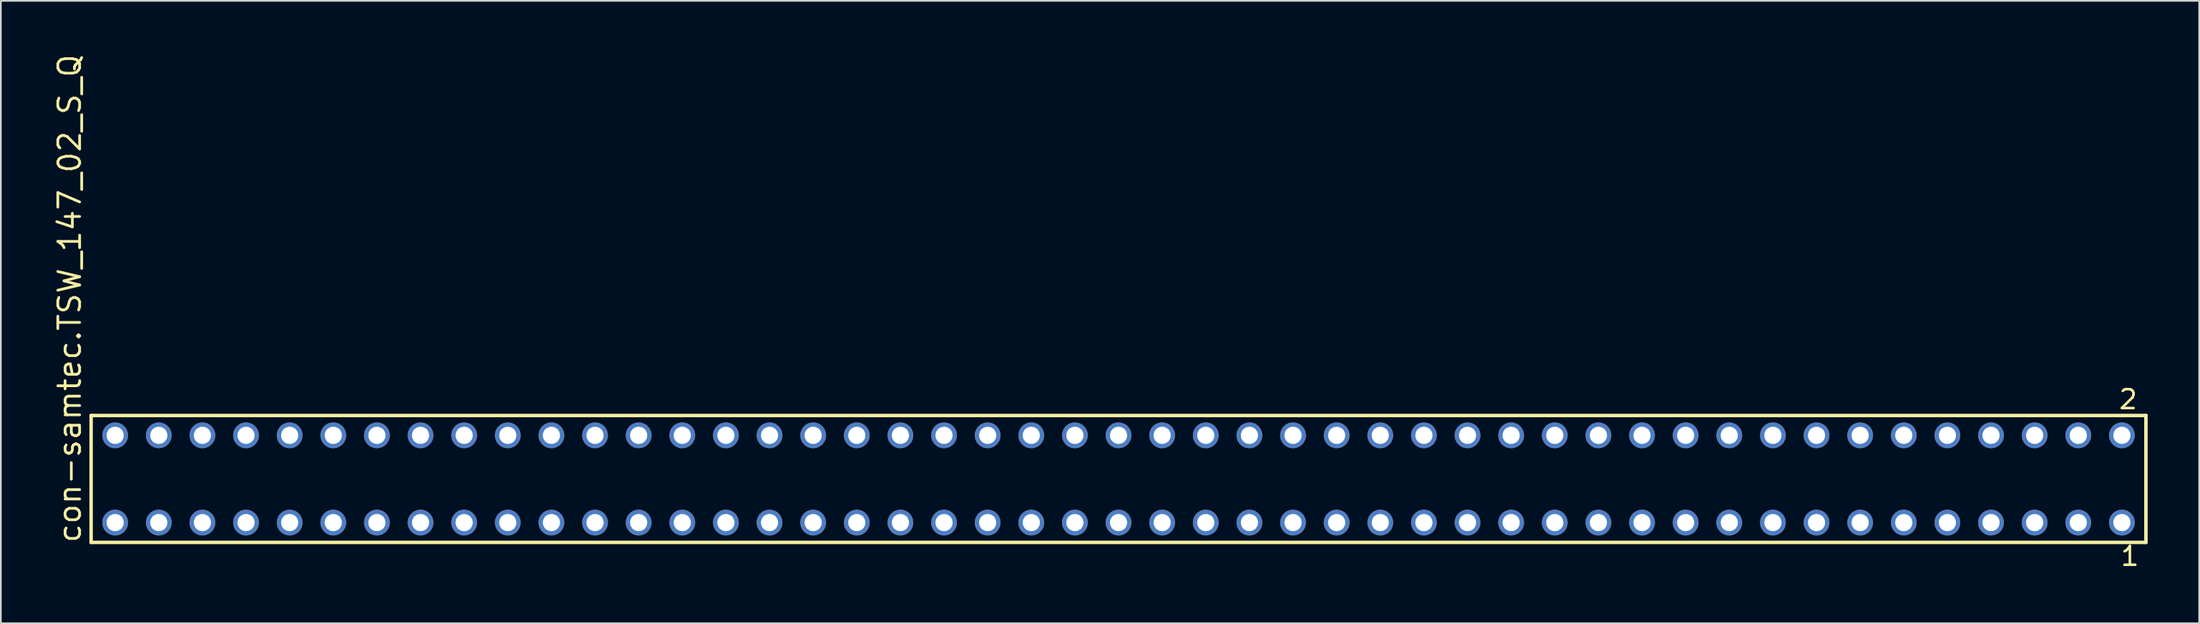
<source format=kicad_pcb>
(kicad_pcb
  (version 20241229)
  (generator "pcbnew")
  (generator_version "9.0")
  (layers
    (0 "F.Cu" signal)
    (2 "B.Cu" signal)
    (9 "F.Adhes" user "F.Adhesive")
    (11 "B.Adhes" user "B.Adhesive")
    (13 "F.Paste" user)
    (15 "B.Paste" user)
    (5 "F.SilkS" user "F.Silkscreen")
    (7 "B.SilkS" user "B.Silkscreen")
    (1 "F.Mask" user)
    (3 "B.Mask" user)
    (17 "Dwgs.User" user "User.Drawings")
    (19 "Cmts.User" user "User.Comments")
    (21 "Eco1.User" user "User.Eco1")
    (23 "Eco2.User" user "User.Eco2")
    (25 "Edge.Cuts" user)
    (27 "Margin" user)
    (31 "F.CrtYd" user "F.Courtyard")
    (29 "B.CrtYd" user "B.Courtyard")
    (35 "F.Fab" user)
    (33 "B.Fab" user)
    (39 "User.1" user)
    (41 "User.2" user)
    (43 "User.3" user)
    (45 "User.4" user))
  (footprint "con-samtec.TSW_147_02_S_Q"
    (layer "F.Cu")
    (at 62.075 24.84)
    (property "Reference" "con-samtec.TSW_147_02_S_Q" (at -60.325 3.81 90) (layer "F.SilkS") (effects (font (size 1.27 1.27) (thickness 0.16)) (justify left bottom)))
    (attr through_hole)
    (fp_line (start -59.819 -3.695) (end 59.819 -3.695) (stroke (width 0.203) (type default)) (layer "F.SilkS"))
    (fp_line (start -59.819 3.695) (end -59.819 -3.695) (stroke (width 0.203) (type default)) (layer "F.SilkS"))
    (fp_line (start 59.819 -3.695) (end 59.819 3.695) (stroke (width 0.203) (type default)) (layer "F.SilkS"))
    (fp_line (start 59.819 3.695) (end -59.819 3.695) (stroke (width 0.203) (type default)) (layer "F.SilkS"))
    (fp_rect (start -58.77 -2.19) (end -58.07 -2.89) (stroke (width 0.05) (type default)) (fill no) (layer "F.Fab"))
    (fp_rect (start -58.77 2.89) (end -58.07 2.19) (stroke (width 0.05) (type default)) (fill no) (layer "F.Fab"))
    (fp_rect (start -56.23 -2.19) (end -55.53 -2.89) (stroke (width 0.05) (type default)) (fill no) (layer "F.Fab"))
    (fp_rect (start -56.23 2.89) (end -55.53 2.19) (stroke (width 0.05) (type default)) (fill no) (layer "F.Fab"))
    (fp_rect (start -53.69 -2.19) (end -52.99 -2.89) (stroke (width 0.05) (type default)) (fill no) (layer "F.Fab"))
    (fp_rect (start -53.69 2.89) (end -52.99 2.19) (stroke (width 0.05) (type default)) (fill no) (layer "F.Fab"))
    (fp_rect (start -51.15 -2.19) (end -50.45 -2.89) (stroke (width 0.05) (type default)) (fill no) (layer "F.Fab"))
    (fp_rect (start -51.15 2.89) (end -50.45 2.19) (stroke (width 0.05) (type default)) (fill no) (layer "F.Fab"))
    (fp_rect (start -48.61 -2.19) (end -47.91 -2.89) (stroke (width 0.05) (type default)) (fill no) (layer "F.Fab"))
    (fp_rect (start -48.61 2.89) (end -47.91 2.19) (stroke (width 0.05) (type default)) (fill no) (layer "F.Fab"))
    (fp_rect (start -46.07 -2.19) (end -45.37 -2.89) (stroke (width 0.05) (type default)) (fill no) (layer "F.Fab"))
    (fp_rect (start -46.07 2.89) (end -45.37 2.19) (stroke (width 0.05) (type default)) (fill no) (layer "F.Fab"))
    (fp_rect (start -43.53 -2.19) (end -42.83 -2.89) (stroke (width 0.05) (type default)) (fill no) (layer "F.Fab"))
    (fp_rect (start -43.53 2.89) (end -42.83 2.19) (stroke (width 0.05) (type default)) (fill no) (layer "F.Fab"))
    (fp_rect (start -40.99 -2.19) (end -40.29 -2.89) (stroke (width 0.05) (type default)) (fill no) (layer "F.Fab"))
    (fp_rect (start -40.99 2.89) (end -40.29 2.19) (stroke (width 0.05) (type default)) (fill no) (layer "F.Fab"))
    (fp_rect (start -38.45 -2.19) (end -37.75 -2.89) (stroke (width 0.05) (type default)) (fill no) (layer "F.Fab"))
    (fp_rect (start -38.45 2.89) (end -37.75 2.19) (stroke (width 0.05) (type default)) (fill no) (layer "F.Fab"))
    (fp_rect (start -35.91 -2.19) (end -35.21 -2.89) (stroke (width 0.05) (type default)) (fill no) (layer "F.Fab"))
    (fp_rect (start -35.91 2.89) (end -35.21 2.19) (stroke (width 0.05) (type default)) (fill no) (layer "F.Fab"))
    (fp_rect (start -33.37 -2.19) (end -32.67 -2.89) (stroke (width 0.05) (type default)) (fill no) (layer "F.Fab"))
    (fp_rect (start -33.37 2.89) (end -32.67 2.19) (stroke (width 0.05) (type default)) (fill no) (layer "F.Fab"))
    (fp_rect (start -30.83 -2.19) (end -30.13 -2.89) (stroke (width 0.05) (type default)) (fill no) (layer "F.Fab"))
    (fp_rect (start -30.83 2.89) (end -30.13 2.19) (stroke (width 0.05) (type default)) (fill no) (layer "F.Fab"))
    (fp_rect (start -28.29 -2.19) (end -27.59 -2.89) (stroke (width 0.05) (type default)) (fill no) (layer "F.Fab"))
    (fp_rect (start -28.29 2.89) (end -27.59 2.19) (stroke (width 0.05) (type default)) (fill no) (layer "F.Fab"))
    (fp_rect (start -25.75 -2.19) (end -25.05 -2.89) (stroke (width 0.05) (type default)) (fill no) (layer "F.Fab"))
    (fp_rect (start -25.75 2.89) (end -25.05 2.19) (stroke (width 0.05) (type default)) (fill no) (layer "F.Fab"))
    (fp_rect (start -23.21 -2.19) (end -22.51 -2.89) (stroke (width 0.05) (type default)) (fill no) (layer "F.Fab"))
    (fp_rect (start -23.21 2.89) (end -22.51 2.19) (stroke (width 0.05) (type default)) (fill no) (layer "F.Fab"))
    (fp_rect (start -20.67 -2.19) (end -19.97 -2.89) (stroke (width 0.05) (type default)) (fill no) (layer "F.Fab"))
    (fp_rect (start -20.67 2.89) (end -19.97 2.19) (stroke (width 0.05) (type default)) (fill no) (layer "F.Fab"))
    (fp_rect (start -18.13 -2.19) (end -17.43 -2.89) (stroke (width 0.05) (type default)) (fill no) (layer "F.Fab"))
    (fp_rect (start -18.13 2.89) (end -17.43 2.19) (stroke (width 0.05) (type default)) (fill no) (layer "F.Fab"))
    (fp_rect (start -15.59 -2.19) (end -14.89 -2.89) (stroke (width 0.05) (type default)) (fill no) (layer "F.Fab"))
    (fp_rect (start -15.59 2.89) (end -14.89 2.19) (stroke (width 0.05) (type default)) (fill no) (layer "F.Fab"))
    (fp_rect (start -13.05 -2.19) (end -12.35 -2.89) (stroke (width 0.05) (type default)) (fill no) (layer "F.Fab"))
    (fp_rect (start -13.05 2.89) (end -12.35 2.19) (stroke (width 0.05) (type default)) (fill no) (layer "F.Fab"))
    (fp_rect (start -10.51 -2.19) (end -9.81 -2.89) (stroke (width 0.05) (type default)) (fill no) (layer "F.Fab"))
    (fp_rect (start -10.51 2.89) (end -9.81 2.19) (stroke (width 0.05) (type default)) (fill no) (layer "F.Fab"))
    (fp_rect (start -7.97 -2.19) (end -7.27 -2.89) (stroke (width 0.05) (type default)) (fill no) (layer "F.Fab"))
    (fp_rect (start -7.97 2.89) (end -7.27 2.19) (stroke (width 0.05) (type default)) (fill no) (layer "F.Fab"))
    (fp_rect (start -5.43 -2.19) (end -4.73 -2.89) (stroke (width 0.05) (type default)) (fill no) (layer "F.Fab"))
    (fp_rect (start -5.43 2.89) (end -4.73 2.19) (stroke (width 0.05) (type default)) (fill no) (layer "F.Fab"))
    (fp_rect (start -2.89 -2.19) (end -2.19 -2.89) (stroke (width 0.05) (type default)) (fill no) (layer "F.Fab"))
    (fp_rect (start -2.89 2.89) (end -2.19 2.19) (stroke (width 0.05) (type default)) (fill no) (layer "F.Fab"))
    (fp_rect (start -0.35 -2.19) (end 0.35 -2.89) (stroke (width 0.05) (type default)) (fill no) (layer "F.Fab"))
    (fp_rect (start -0.35 2.89) (end 0.35 2.19) (stroke (width 0.05) (type default)) (fill no) (layer "F.Fab"))
    (fp_rect (start 2.19 -2.19) (end 2.89 -2.89) (stroke (width 0.05) (type default)) (fill no) (layer "F.Fab"))
    (fp_rect (start 2.19 2.89) (end 2.89 2.19) (stroke (width 0.05) (type default)) (fill no) (layer "F.Fab"))
    (fp_rect (start 4.73 -2.19) (end 5.43 -2.89) (stroke (width 0.05) (type default)) (fill no) (layer "F.Fab"))
    (fp_rect (start 4.73 2.89) (end 5.43 2.19) (stroke (width 0.05) (type default)) (fill no) (layer "F.Fab"))
    (fp_rect (start 7.27 -2.19) (end 7.97 -2.89) (stroke (width 0.05) (type default)) (fill no) (layer "F.Fab"))
    (fp_rect (start 7.27 2.89) (end 7.97 2.19) (stroke (width 0.05) (type default)) (fill no) (layer "F.Fab"))
    (fp_rect (start 9.81 -2.19) (end 10.51 -2.89) (stroke (width 0.05) (type default)) (fill no) (layer "F.Fab"))
    (fp_rect (start 9.81 2.89) (end 10.51 2.19) (stroke (width 0.05) (type default)) (fill no) (layer "F.Fab"))
    (fp_rect (start 12.35 -2.19) (end 13.05 -2.89) (stroke (width 0.05) (type default)) (fill no) (layer "F.Fab"))
    (fp_rect (start 12.35 2.89) (end 13.05 2.19) (stroke (width 0.05) (type default)) (fill no) (layer "F.Fab"))
    (fp_rect (start 14.89 -2.19) (end 15.59 -2.89) (stroke (width 0.05) (type default)) (fill no) (layer "F.Fab"))
    (fp_rect (start 14.89 2.89) (end 15.59 2.19) (stroke (width 0.05) (type default)) (fill no) (layer "F.Fab"))
    (fp_rect (start 17.43 -2.19) (end 18.13 -2.89) (stroke (width 0.05) (type default)) (fill no) (layer "F.Fab"))
    (fp_rect (start 17.43 2.89) (end 18.13 2.19) (stroke (width 0.05) (type default)) (fill no) (layer "F.Fab"))
    (fp_rect (start 19.97 -2.19) (end 20.67 -2.89) (stroke (width 0.05) (type default)) (fill no) (layer "F.Fab"))
    (fp_rect (start 19.97 2.89) (end 20.67 2.19) (stroke (width 0.05) (type default)) (fill no) (layer "F.Fab"))
    (fp_rect (start 22.51 -2.19) (end 23.21 -2.89) (stroke (width 0.05) (type default)) (fill no) (layer "F.Fab"))
    (fp_rect (start 22.51 2.89) (end 23.21 2.19) (stroke (width 0.05) (type default)) (fill no) (layer "F.Fab"))
    (fp_rect (start 25.05 -2.19) (end 25.75 -2.89) (stroke (width 0.05) (type default)) (fill no) (layer "F.Fab"))
    (fp_rect (start 25.05 2.89) (end 25.75 2.19) (stroke (width 0.05) (type default)) (fill no) (layer "F.Fab"))
    (fp_rect (start 27.59 -2.19) (end 28.29 -2.89) (stroke (width 0.05) (type default)) (fill no) (layer "F.Fab"))
    (fp_rect (start 27.59 2.89) (end 28.29 2.19) (stroke (width 0.05) (type default)) (fill no) (layer "F.Fab"))
    (fp_rect (start 30.13 -2.19) (end 30.83 -2.89) (stroke (width 0.05) (type default)) (fill no) (layer "F.Fab"))
    (fp_rect (start 30.13 2.89) (end 30.83 2.19) (stroke (width 0.05) (type default)) (fill no) (layer "F.Fab"))
    (fp_rect (start 32.67 -2.19) (end 33.37 -2.89) (stroke (width 0.05) (type default)) (fill no) (layer "F.Fab"))
    (fp_rect (start 32.67 2.89) (end 33.37 2.19) (stroke (width 0.05) (type default)) (fill no) (layer "F.Fab"))
    (fp_rect (start 35.21 -2.19) (end 35.91 -2.89) (stroke (width 0.05) (type default)) (fill no) (layer "F.Fab"))
    (fp_rect (start 35.21 2.89) (end 35.91 2.19) (stroke (width 0.05) (type default)) (fill no) (layer "F.Fab"))
    (fp_rect (start 37.75 -2.19) (end 38.45 -2.89) (stroke (width 0.05) (type default)) (fill no) (layer "F.Fab"))
    (fp_rect (start 37.75 2.89) (end 38.45 2.19) (stroke (width 0.05) (type default)) (fill no) (layer "F.Fab"))
    (fp_rect (start 40.29 -2.19) (end 40.99 -2.89) (stroke (width 0.05) (type default)) (fill no) (layer "F.Fab"))
    (fp_rect (start 40.29 2.89) (end 40.99 2.19) (stroke (width 0.05) (type default)) (fill no) (layer "F.Fab"))
    (fp_rect (start 42.83 -2.19) (end 43.53 -2.89) (stroke (width 0.05) (type default)) (fill no) (layer "F.Fab"))
    (fp_rect (start 42.83 2.89) (end 43.53 2.19) (stroke (width 0.05) (type default)) (fill no) (layer "F.Fab"))
    (fp_rect (start 45.37 -2.19) (end 46.07 -2.89) (stroke (width 0.05) (type default)) (fill no) (layer "F.Fab"))
    (fp_rect (start 45.37 2.89) (end 46.07 2.19) (stroke (width 0.05) (type default)) (fill no) (layer "F.Fab"))
    (fp_rect (start 47.91 -2.19) (end 48.61 -2.89) (stroke (width 0.05) (type default)) (fill no) (layer "F.Fab"))
    (fp_rect (start 47.91 2.89) (end 48.61 2.19) (stroke (width 0.05) (type default)) (fill no) (layer "F.Fab"))
    (fp_rect (start 50.45 -2.19) (end 51.15 -2.89) (stroke (width 0.05) (type default)) (fill no) (layer "F.Fab"))
    (fp_rect (start 50.45 2.89) (end 51.15 2.19) (stroke (width 0.05) (type default)) (fill no) (layer "F.Fab"))
    (fp_rect (start 52.99 -2.19) (end 53.69 -2.89) (stroke (width 0.05) (type default)) (fill no) (layer "F.Fab"))
    (fp_rect (start 52.99 2.89) (end 53.69 2.19) (stroke (width 0.05) (type default)) (fill no) (layer "F.Fab"))
    (fp_rect (start 55.53 -2.19) (end 56.23 -2.89) (stroke (width 0.05) (type default)) (fill no) (layer "F.Fab"))
    (fp_rect (start 55.53 2.89) (end 56.23 2.19) (stroke (width 0.05) (type default)) (fill no) (layer "F.Fab"))
    (fp_rect (start 58.07 -2.19) (end 58.77 -2.89) (stroke (width 0.05) (type default)) (fill no) (layer "F.Fab"))
    (fp_rect (start 58.07 2.89) (end 58.77 2.19) (stroke (width 0.05) (type default)) (fill no) (layer "F.Fab"))
    (fp_text user "1" (at 58.262 5.138 0) (layer "F.SilkS") (effects (font (size 1.1 1.1) (thickness 0.15)) (justify left bottom)))
    (fp_text user "2" (at 58.162 -3.989 0) (layer "F.SilkS") (effects (font (size 1.1 1.1) (thickness 0.15)) (justify left bottom)))
    (pad "1" thru_hole circle (at 58.42 2.54 180) (size 1.5 1.5) (drill 1) (layers "*.Cu" "*.Mask"))
    (pad "2" thru_hole circle (at 58.42 -2.54 180) (size 1.5 1.5) (drill 1) (layers "*.Cu" "*.Mask"))
    (pad "3" thru_hole circle (at 55.88 2.54 180) (size 1.5 1.5) (drill 1) (layers "*.Cu" "*.Mask"))
    (pad "4" thru_hole circle (at 55.88 -2.54 180) (size 1.5 1.5) (drill 1) (layers "*.Cu" "*.Mask"))
    (pad "5" thru_hole circle (at 53.34 2.54 180) (size 1.5 1.5) (drill 1) (layers "*.Cu" "*.Mask"))
    (pad "6" thru_hole circle (at 53.34 -2.54 180) (size 1.5 1.5) (drill 1) (layers "*.Cu" "*.Mask"))
    (pad "7" thru_hole circle (at 50.8 2.54 180) (size 1.5 1.5) (drill 1) (layers "*.Cu" "*.Mask"))
    (pad "8" thru_hole circle (at 50.8 -2.54 180) (size 1.5 1.5) (drill 1) (layers "*.Cu" "*.Mask"))
    (pad "9" thru_hole circle (at 48.26 2.54 180) (size 1.5 1.5) (drill 1) (layers "*.Cu" "*.Mask"))
    (pad "10" thru_hole circle (at 48.26 -2.54 180) (size 1.5 1.5) (drill 1) (layers "*.Cu" "*.Mask"))
    (pad "11" thru_hole circle (at 45.72 2.54 180) (size 1.5 1.5) (drill 1) (layers "*.Cu" "*.Mask"))
    (pad "12" thru_hole circle (at 45.72 -2.54 180) (size 1.5 1.5) (drill 1) (layers "*.Cu" "*.Mask"))
    (pad "13" thru_hole circle (at 43.18 2.54 180) (size 1.5 1.5) (drill 1) (layers "*.Cu" "*.Mask"))
    (pad "14" thru_hole circle (at 43.18 -2.54 180) (size 1.5 1.5) (drill 1) (layers "*.Cu" "*.Mask"))
    (pad "15" thru_hole circle (at 40.64 2.54 180) (size 1.5 1.5) (drill 1) (layers "*.Cu" "*.Mask"))
    (pad "16" thru_hole circle (at 40.64 -2.54 180) (size 1.5 1.5) (drill 1) (layers "*.Cu" "*.Mask"))
    (pad "17" thru_hole circle (at 38.1 2.54 180) (size 1.5 1.5) (drill 1) (layers "*.Cu" "*.Mask"))
    (pad "18" thru_hole circle (at 38.1 -2.54 180) (size 1.5 1.5) (drill 1) (layers "*.Cu" "*.Mask"))
    (pad "19" thru_hole circle (at 35.56 2.54 180) (size 1.5 1.5) (drill 1) (layers "*.Cu" "*.Mask"))
    (pad "20" thru_hole circle (at 35.56 -2.54 180) (size 1.5 1.5) (drill 1) (layers "*.Cu" "*.Mask"))
    (pad "21" thru_hole circle (at 33.02 2.54 180) (size 1.5 1.5) (drill 1) (layers "*.Cu" "*.Mask"))
    (pad "22" thru_hole circle (at 33.02 -2.54 180) (size 1.5 1.5) (drill 1) (layers "*.Cu" "*.Mask"))
    (pad "23" thru_hole circle (at 30.48 2.54 180) (size 1.5 1.5) (drill 1) (layers "*.Cu" "*.Mask"))
    (pad "24" thru_hole circle (at 30.48 -2.54 180) (size 1.5 1.5) (drill 1) (layers "*.Cu" "*.Mask"))
    (pad "25" thru_hole circle (at 27.94 2.54 180) (size 1.5 1.5) (drill 1) (layers "*.Cu" "*.Mask"))
    (pad "26" thru_hole circle (at 27.94 -2.54 180) (size 1.5 1.5) (drill 1) (layers "*.Cu" "*.Mask"))
    (pad "27" thru_hole circle (at 25.4 2.54 180) (size 1.5 1.5) (drill 1) (layers "*.Cu" "*.Mask"))
    (pad "28" thru_hole circle (at 25.4 -2.54 180) (size 1.5 1.5) (drill 1) (layers "*.Cu" "*.Mask"))
    (pad "29" thru_hole circle (at 22.86 2.54 180) (size 1.5 1.5) (drill 1) (layers "*.Cu" "*.Mask"))
    (pad "30" thru_hole circle (at 22.86 -2.54 180) (size 1.5 1.5) (drill 1) (layers "*.Cu" "*.Mask"))
    (pad "31" thru_hole circle (at 20.32 2.54 180) (size 1.5 1.5) (drill 1) (layers "*.Cu" "*.Mask"))
    (pad "32" thru_hole circle (at 20.32 -2.54 180) (size 1.5 1.5) (drill 1) (layers "*.Cu" "*.Mask"))
    (pad "33" thru_hole circle (at 17.78 2.54 180) (size 1.5 1.5) (drill 1) (layers "*.Cu" "*.Mask"))
    (pad "34" thru_hole circle (at 17.78 -2.54 180) (size 1.5 1.5) (drill 1) (layers "*.Cu" "*.Mask"))
    (pad "35" thru_hole circle (at 15.24 2.54 180) (size 1.5 1.5) (drill 1) (layers "*.Cu" "*.Mask"))
    (pad "36" thru_hole circle (at 15.24 -2.54 180) (size 1.5 1.5) (drill 1) (layers "*.Cu" "*.Mask"))
    (pad "37" thru_hole circle (at 12.7 2.54 180) (size 1.5 1.5) (drill 1) (layers "*.Cu" "*.Mask"))
    (pad "38" thru_hole circle (at 12.7 -2.54 180) (size 1.5 1.5) (drill 1) (layers "*.Cu" "*.Mask"))
    (pad "39" thru_hole circle (at 10.16 2.54 180) (size 1.5 1.5) (drill 1) (layers "*.Cu" "*.Mask"))
    (pad "40" thru_hole circle (at 10.16 -2.54 180) (size 1.5 1.5) (drill 1) (layers "*.Cu" "*.Mask"))
    (pad "41" thru_hole circle (at 7.62 2.54 180) (size 1.5 1.5) (drill 1) (layers "*.Cu" "*.Mask"))
    (pad "42" thru_hole circle (at 7.62 -2.54 180) (size 1.5 1.5) (drill 1) (layers "*.Cu" "*.Mask"))
    (pad "43" thru_hole circle (at 5.08 2.54 180) (size 1.5 1.5) (drill 1) (layers "*.Cu" "*.Mask"))
    (pad "44" thru_hole circle (at 5.08 -2.54 180) (size 1.5 1.5) (drill 1) (layers "*.Cu" "*.Mask"))
    (pad "45" thru_hole circle (at 2.54 2.54 180) (size 1.5 1.5) (drill 1) (layers "*.Cu" "*.Mask"))
    (pad "46" thru_hole circle (at 2.54 -2.54 180) (size 1.5 1.5) (drill 1) (layers "*.Cu" "*.Mask"))
    (pad "47" thru_hole circle (at 0 2.54 180) (size 1.5 1.5) (drill 1) (layers "*.Cu" "*.Mask"))
    (pad "48" thru_hole circle (at 0 -2.54 180) (size 1.5 1.5) (drill 1) (layers "*.Cu" "*.Mask"))
    (pad "49" thru_hole circle (at -2.54 2.54 180) (size 1.5 1.5) (drill 1) (layers "*.Cu" "*.Mask"))
    (pad "50" thru_hole circle (at -2.54 -2.54 180) (size 1.5 1.5) (drill 1) (layers "*.Cu" "*.Mask"))
    (pad "51" thru_hole circle (at -5.08 2.54 180) (size 1.5 1.5) (drill 1) (layers "*.Cu" "*.Mask"))
    (pad "52" thru_hole circle (at -5.08 -2.54 180) (size 1.5 1.5) (drill 1) (layers "*.Cu" "*.Mask"))
    (pad "53" thru_hole circle (at -7.62 2.54 180) (size 1.5 1.5) (drill 1) (layers "*.Cu" "*.Mask"))
    (pad "54" thru_hole circle (at -7.62 -2.54 180) (size 1.5 1.5) (drill 1) (layers "*.Cu" "*.Mask"))
    (pad "55" thru_hole circle (at -10.16 2.54 180) (size 1.5 1.5) (drill 1) (layers "*.Cu" "*.Mask"))
    (pad "56" thru_hole circle (at -10.16 -2.54 180) (size 1.5 1.5) (drill 1) (layers "*.Cu" "*.Mask"))
    (pad "57" thru_hole circle (at -12.7 2.54 180) (size 1.5 1.5) (drill 1) (layers "*.Cu" "*.Mask"))
    (pad "58" thru_hole circle (at -12.7 -2.54 180) (size 1.5 1.5) (drill 1) (layers "*.Cu" "*.Mask"))
    (pad "59" thru_hole circle (at -15.24 2.54 180) (size 1.5 1.5) (drill 1) (layers "*.Cu" "*.Mask"))
    (pad "60" thru_hole circle (at -15.24 -2.54 180) (size 1.5 1.5) (drill 1) (layers "*.Cu" "*.Mask"))
    (pad "61" thru_hole circle (at -17.78 2.54 180) (size 1.5 1.5) (drill 1) (layers "*.Cu" "*.Mask"))
    (pad "62" thru_hole circle (at -17.78 -2.54 180) (size 1.5 1.5) (drill 1) (layers "*.Cu" "*.Mask"))
    (pad "63" thru_hole circle (at -20.32 2.54 180) (size 1.5 1.5) (drill 1) (layers "*.Cu" "*.Mask"))
    (pad "64" thru_hole circle (at -20.32 -2.54 180) (size 1.5 1.5) (drill 1) (layers "*.Cu" "*.Mask"))
    (pad "65" thru_hole circle (at -22.86 2.54 180) (size 1.5 1.5) (drill 1) (layers "*.Cu" "*.Mask"))
    (pad "66" thru_hole circle (at -22.86 -2.54 180) (size 1.5 1.5) (drill 1) (layers "*.Cu" "*.Mask"))
    (pad "67" thru_hole circle (at -25.4 2.54 180) (size 1.5 1.5) (drill 1) (layers "*.Cu" "*.Mask"))
    (pad "68" thru_hole circle (at -25.4 -2.54 180) (size 1.5 1.5) (drill 1) (layers "*.Cu" "*.Mask"))
    (pad "69" thru_hole circle (at -27.94 2.54 180) (size 1.5 1.5) (drill 1) (layers "*.Cu" "*.Mask"))
    (pad "70" thru_hole circle (at -27.94 -2.54 180) (size 1.5 1.5) (drill 1) (layers "*.Cu" "*.Mask"))
    (pad "71" thru_hole circle (at -30.48 2.54 180) (size 1.5 1.5) (drill 1) (layers "*.Cu" "*.Mask"))
    (pad "72" thru_hole circle (at -30.48 -2.54 180) (size 1.5 1.5) (drill 1) (layers "*.Cu" "*.Mask"))
    (pad "73" thru_hole circle (at -33.02 2.54 180) (size 1.5 1.5) (drill 1) (layers "*.Cu" "*.Mask"))
    (pad "74" thru_hole circle (at -33.02 -2.54 180) (size 1.5 1.5) (drill 1) (layers "*.Cu" "*.Mask"))
    (pad "75" thru_hole circle (at -35.56 2.54 180) (size 1.5 1.5) (drill 1) (layers "*.Cu" "*.Mask"))
    (pad "76" thru_hole circle (at -35.56 -2.54 180) (size 1.5 1.5) (drill 1) (layers "*.Cu" "*.Mask"))
    (pad "77" thru_hole circle (at -38.1 2.54 180) (size 1.5 1.5) (drill 1) (layers "*.Cu" "*.Mask"))
    (pad "78" thru_hole circle (at -38.1 -2.54 180) (size 1.5 1.5) (drill 1) (layers "*.Cu" "*.Mask"))
    (pad "79" thru_hole circle (at -40.64 2.54 180) (size 1.5 1.5) (drill 1) (layers "*.Cu" "*.Mask"))
    (pad "80" thru_hole circle (at -40.64 -2.54 180) (size 1.5 1.5) (drill 1) (layers "*.Cu" "*.Mask"))
    (pad "81" thru_hole circle (at -43.18 2.54 180) (size 1.5 1.5) (drill 1) (layers "*.Cu" "*.Mask"))
    (pad "82" thru_hole circle (at -43.18 -2.54 180) (size 1.5 1.5) (drill 1) (layers "*.Cu" "*.Mask"))
    (pad "83" thru_hole circle (at -45.72 2.54 180) (size 1.5 1.5) (drill 1) (layers "*.Cu" "*.Mask"))
    (pad "84" thru_hole circle (at -45.72 -2.54 180) (size 1.5 1.5) (drill 1) (layers "*.Cu" "*.Mask"))
    (pad "85" thru_hole circle (at -48.26 2.54 180) (size 1.5 1.5) (drill 1) (layers "*.Cu" "*.Mask"))
    (pad "86" thru_hole circle (at -48.26 -2.54 180) (size 1.5 1.5) (drill 1) (layers "*.Cu" "*.Mask"))
    (pad "87" thru_hole circle (at -50.8 2.54 180) (size 1.5 1.5) (drill 1) (layers "*.Cu" "*.Mask"))
    (pad "88" thru_hole circle (at -50.8 -2.54 180) (size 1.5 1.5) (drill 1) (layers "*.Cu" "*.Mask"))
    (pad "89" thru_hole circle (at -53.34 2.54 180) (size 1.5 1.5) (drill 1) (layers "*.Cu" "*.Mask"))
    (pad "90" thru_hole circle (at -53.34 -2.54 180) (size 1.5 1.5) (drill 1) (layers "*.Cu" "*.Mask"))
    (pad "91" thru_hole circle (at -55.88 2.54 180) (size 1.5 1.5) (drill 1) (layers "*.Cu" "*.Mask"))
    (pad "92" thru_hole circle (at -55.88 -2.54 180) (size 1.5 1.5) (drill 1) (layers "*.Cu" "*.Mask"))
    (pad "93" thru_hole circle (at -58.42 2.54 180) (size 1.5 1.5) (drill 1) (layers "*.Cu" "*.Mask"))
    (pad "94" thru_hole circle (at -58.42 -2.54 180) (size 1.5 1.5) (drill 1) (layers "*.Cu" "*.Mask")))
  (gr_rect
    (start -3 -3)
    (end 124.996 33.241)
    (stroke (width 0.1) (type default))
    (fill no)
    (layer "Edge.Cuts")))
</source>
